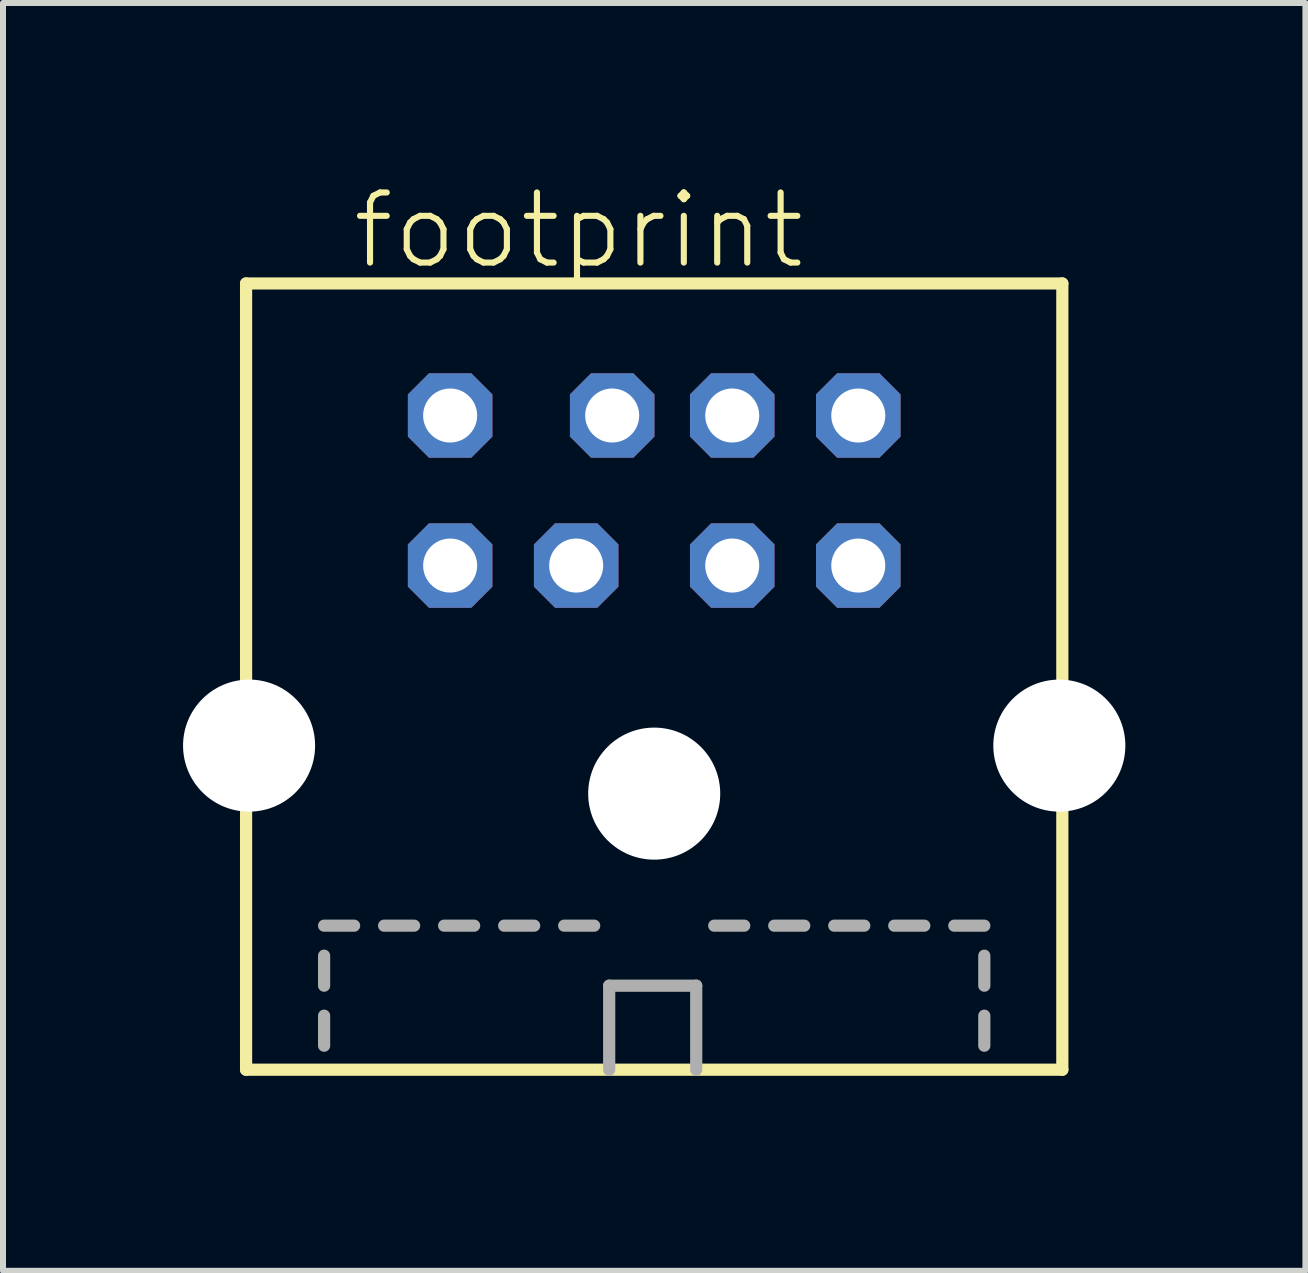
<source format=kicad_pcb>
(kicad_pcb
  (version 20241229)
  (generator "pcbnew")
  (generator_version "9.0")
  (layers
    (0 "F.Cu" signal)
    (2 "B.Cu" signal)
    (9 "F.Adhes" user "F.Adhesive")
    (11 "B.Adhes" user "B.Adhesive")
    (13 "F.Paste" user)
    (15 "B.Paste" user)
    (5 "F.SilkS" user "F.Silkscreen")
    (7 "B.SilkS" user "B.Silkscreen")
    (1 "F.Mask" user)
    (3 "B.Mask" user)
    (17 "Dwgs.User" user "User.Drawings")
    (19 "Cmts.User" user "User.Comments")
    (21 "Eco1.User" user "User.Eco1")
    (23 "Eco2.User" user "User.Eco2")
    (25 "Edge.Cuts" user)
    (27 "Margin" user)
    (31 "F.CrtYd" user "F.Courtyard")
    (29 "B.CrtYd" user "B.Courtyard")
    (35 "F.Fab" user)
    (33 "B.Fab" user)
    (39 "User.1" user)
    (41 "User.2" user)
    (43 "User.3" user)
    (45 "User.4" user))
  (footprint "footprint"
    (layer "F.Cu")
    (at 7.85 14.873)
    (property "Reference" "footprint" (at -5.08 -13.4 0) (layer "F.SilkS") (effects (font (size 1.168 1.168) (thickness 0.102)) (justify left bottom)))
    (fp_line (start -6.8 -13.2) (end -6.8 -0.1) (stroke (width 0.203) (type solid)) (layer "F.SilkS"))
    (fp_line (start -6.8 -0.1) (end 6.8 -0.1) (stroke (width 0.203) (type solid)) (layer "F.SilkS"))
    (fp_line (start 6.8 -13.2) (end -6.8 -13.2) (stroke (width 0.203) (type solid)) (layer "F.SilkS"))
    (fp_line (start 6.8 -0.1) (end 6.8 -13.2) (stroke (width 0.203) (type solid)) (layer "F.SilkS"))
    (fp_line (start -5.5 -2.5) (end -5 -2.5) (stroke (width 0.203) (type solid)) (layer "F.Fab"))
    (fp_line (start -5.5 -1.5) (end -5.5 -2) (stroke (width 0.203) (type solid)) (layer "F.Fab"))
    (fp_line (start -5.5 -0.5) (end -5.5 -1) (stroke (width 0.203) (type solid)) (layer "F.Fab"))
    (fp_line (start -4.5 -2.5) (end -4 -2.5) (stroke (width 0.203) (type solid)) (layer "F.Fab"))
    (fp_line (start -3.5 -2.5) (end -3 -2.5) (stroke (width 0.203) (type solid)) (layer "F.Fab"))
    (fp_line (start -2.5 -2.5) (end -2 -2.5) (stroke (width 0.203) (type solid)) (layer "F.Fab"))
    (fp_line (start -1.5 -2.5) (end -1 -2.5) (stroke (width 0.203) (type solid)) (layer "F.Fab"))
    (fp_line (start -0.75 -1.5) (end 0.7 -1.5) (stroke (width 0.203) (type solid)) (layer "F.Fab"))
    (fp_line (start -0.75 -0.1) (end -0.75 -1.5) (stroke (width 0.203) (type solid)) (layer "F.Fab"))
    (fp_line (start 0.7 -1.5) (end 0.7 -0.1) (stroke (width 0.203) (type solid)) (layer "F.Fab"))
    (fp_line (start 1 -2.5) (end 1.5 -2.5) (stroke (width 0.203) (type solid)) (layer "F.Fab"))
    (fp_line (start 2 -2.5) (end 2.5 -2.5) (stroke (width 0.203) (type solid)) (layer "F.Fab"))
    (fp_line (start 3 -2.5) (end 3.5 -2.5) (stroke (width 0.203) (type solid)) (layer "F.Fab"))
    (fp_line (start 4 -2.5) (end 4.5 -2.5) (stroke (width 0.203) (type solid)) (layer "F.Fab"))
    (fp_line (start 5 -2.5) (end 5.5 -2.5) (stroke (width 0.203) (type solid)) (layer "F.Fab"))
    (fp_line (start 5.5 -1.5) (end 5.5 -2) (stroke (width 0.203) (type solid)) (layer "F.Fab"))
    (fp_line (start 5.5 -0.5) (end 5.5 -1) (stroke (width 0.203) (type solid)) (layer "F.Fab"))
    (pad "" np_thru_hole circle (at -6.75 -5.5) (size 2.2 2.2) (drill 2.2) (layers "*.Cu" "*.Mask"))
    (pad "" np_thru_hole circle (at 0 -4.7) (size 2.2 2.2) (drill 2.2) (layers "*.Cu" "*.Mask"))
    (pad "" np_thru_hole circle (at 6.75 -5.5) (size 2.2 2.2) (drill 2.2) (layers "*.Cu" "*.Mask"))
    (pad "1" thru_hole roundrect (at 1.3 -8.5) (size 1.408 1.408) (drill 0.9) (layers "*.Cu" "*.Mask") (roundrect_rratio 0.25) (chamfer_ratio 0.25) (chamfer top_left top_right bottom_left bottom_right))
    (pad "2" thru_hole roundrect (at -1.3 -8.5) (size 1.408 1.408) (drill 0.9) (layers "*.Cu" "*.Mask") (roundrect_rratio 0.25) (chamfer_ratio 0.25) (chamfer top_left top_right bottom_left bottom_right))
    (pad "3" thru_hole roundrect (at 3.4 -8.5) (size 1.408 1.408) (drill 0.9) (layers "*.Cu" "*.Mask") (roundrect_rratio 0.25) (chamfer_ratio 0.25) (chamfer top_left top_right bottom_left bottom_right))
    (pad "4" thru_hole roundrect (at 1.3 -11) (size 1.408 1.408) (drill 0.9) (layers "*.Cu" "*.Mask") (roundrect_rratio 0.25) (chamfer_ratio 0.25) (chamfer top_left top_right bottom_left bottom_right))
    (pad "5" thru_hole roundrect (at -3.4 -8.5) (size 1.408 1.408) (drill 0.9) (layers "*.Cu" "*.Mask") (roundrect_rratio 0.25) (chamfer_ratio 0.25) (chamfer top_left top_right bottom_left bottom_right))
    (pad "6" thru_hole roundrect (at 3.4 -11) (size 1.408 1.408) (drill 0.9) (layers "*.Cu" "*.Mask") (roundrect_rratio 0.25) (chamfer_ratio 0.25) (chamfer top_left top_right bottom_left bottom_right))
    (pad "7" thru_hole roundrect (at -0.7 -11) (size 1.408 1.408) (drill 0.9) (layers "*.Cu" "*.Mask") (roundrect_rratio 0.25) (chamfer_ratio 0.25) (chamfer top_left top_right bottom_left bottom_right))
    (pad "8" thru_hole roundrect (at -3.4 -11) (size 1.408 1.408) (drill 0.9) (layers "*.Cu" "*.Mask") (roundrect_rratio 0.25) (chamfer_ratio 0.25) (chamfer top_left top_right bottom_left bottom_right)))
  (gr_rect
    (start -3 -3)
    (end 18.7 18.123)
    (stroke (width 0.1) (type default))
    (fill no)
    (layer "Edge.Cuts")))
</source>
